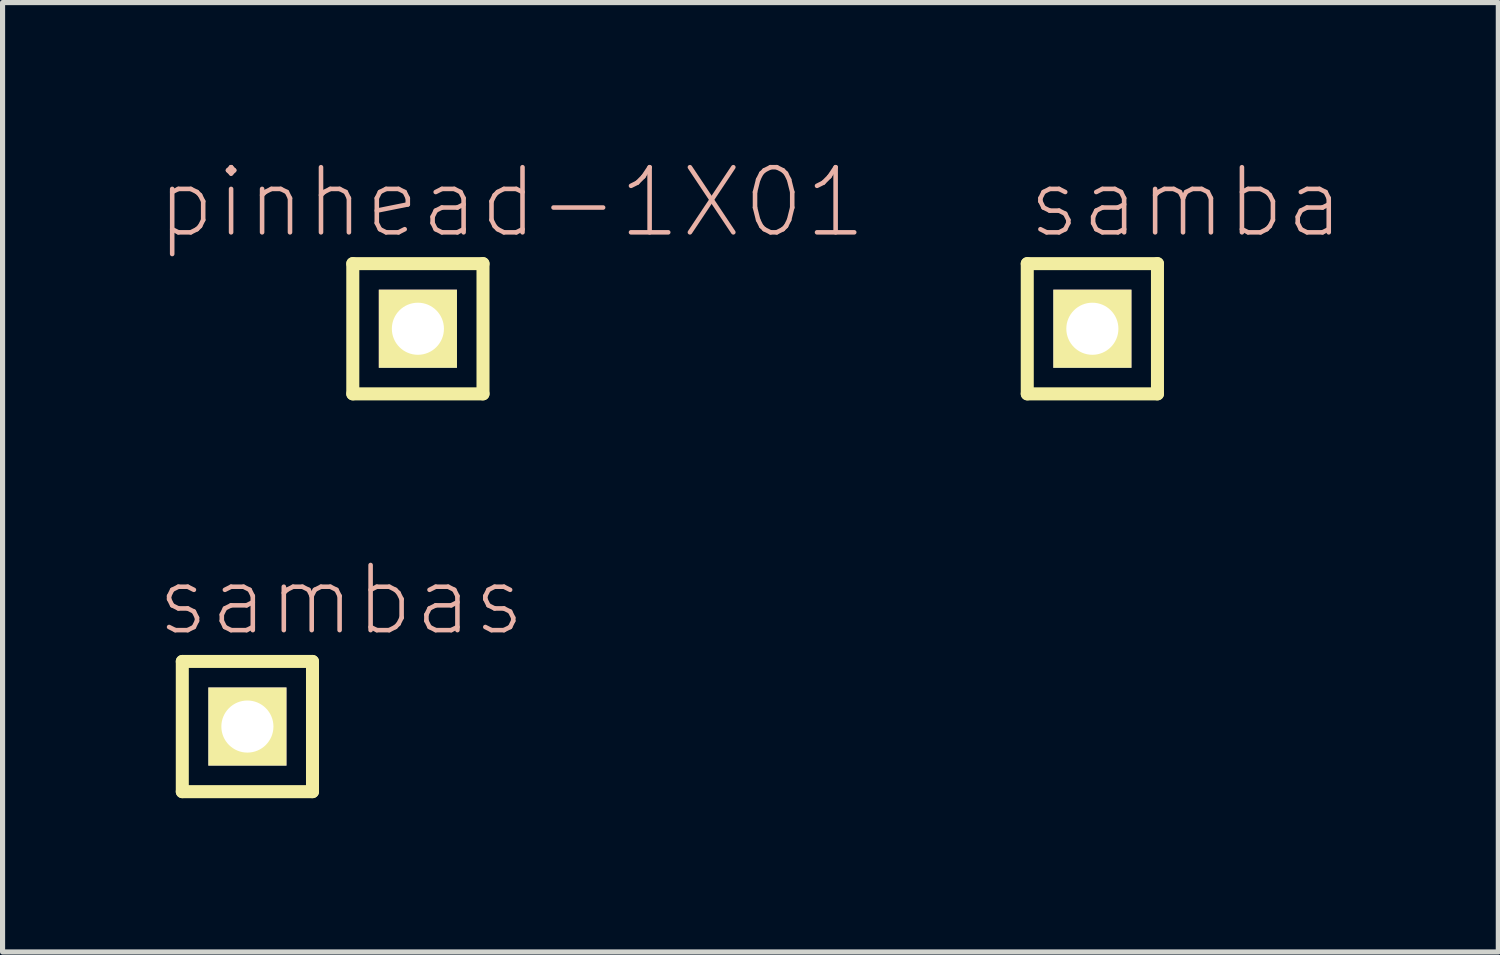
<source format=kicad_pcb>
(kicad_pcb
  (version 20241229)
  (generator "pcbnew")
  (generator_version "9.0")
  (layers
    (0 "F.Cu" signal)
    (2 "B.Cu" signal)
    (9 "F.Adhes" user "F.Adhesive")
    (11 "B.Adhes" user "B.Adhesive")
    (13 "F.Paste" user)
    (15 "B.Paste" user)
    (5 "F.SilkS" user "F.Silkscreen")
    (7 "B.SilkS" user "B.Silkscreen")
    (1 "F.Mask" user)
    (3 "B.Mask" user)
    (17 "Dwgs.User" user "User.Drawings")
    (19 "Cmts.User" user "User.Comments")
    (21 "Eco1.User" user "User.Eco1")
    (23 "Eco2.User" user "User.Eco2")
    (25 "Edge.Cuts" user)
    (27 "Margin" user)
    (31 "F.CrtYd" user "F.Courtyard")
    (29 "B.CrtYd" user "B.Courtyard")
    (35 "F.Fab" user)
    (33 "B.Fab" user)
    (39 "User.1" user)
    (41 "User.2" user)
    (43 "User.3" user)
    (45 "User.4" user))
  (footprint "samba"
    (layer "F.Cu")
    (at 18.259 3.363)
    (property "Reference" "samba" (at 1.829 -2.464 0) (layer "B.SilkS") (effects (font (size 1.27 1.27) (thickness 0.089))))
    (attr exclude_from_pos_files exclude_from_bom)
    (fp_line (start -1.27 -1.27) (end -1.27 1.27) (stroke (width 0.254) (type solid)) (layer "F.SilkS"))
    (fp_line (start -1.27 -1.27) (end 1.27 -1.27) (stroke (width 0.254) (type solid)) (layer "F.SilkS"))
    (fp_line (start -0.254 -0.254) (end 0.254 -0.254) (stroke (width 0.066) (type solid)) (layer "F.SilkS"))
    (fp_line (start -0.254 0.254) (end -0.254 -0.254) (stroke (width 0.066) (type solid)) (layer "F.SilkS"))
    (fp_line (start -0.254 0.254) (end 0.254 0.254) (stroke (width 0.066) (type solid)) (layer "F.SilkS"))
    (fp_line (start 0.254 0.254) (end 0.254 -0.254) (stroke (width 0.066) (type solid)) (layer "F.SilkS"))
    (fp_line (start 1.27 -1.27) (end 1.27 1.27) (stroke (width 0.254) (type solid)) (layer "F.SilkS"))
    (fp_line (start 1.27 1.27) (end -1.27 1.27) (stroke (width 0.254) (type solid)) (layer "F.SilkS"))
    (pad "1" thru_hole rect (at 0 0) (size 0.001 0.001) (drill 1.016) (layers "*.Cu" "F.Mask" "F.SilkS" "F.Paste"))
    (pad "4" thru_hole rect (at 0 0) (size 1.524 1.524) (drill 1.016) (layers "*.Cu" "*.Mask" "F.SilkS")))
  (footprint "pinhead-1X01"
    (layer "F.Cu")
    (at 5.102 3.363)
    (property "Reference" "pinhead-1X01" (at 1.829 -2.464 0) (layer "B.SilkS") (effects (font (size 1.27 1.27) (thickness 0.089))))
    (attr exclude_from_pos_files exclude_from_bom)
    (fp_line (start -1.27 -1.27) (end -1.27 1.27) (stroke (width 0.254) (type solid)) (layer "F.SilkS"))
    (fp_line (start -1.27 -1.27) (end 1.27 -1.27) (stroke (width 0.254) (type solid)) (layer "F.SilkS"))
    (fp_line (start -0.254 -0.254) (end 0.254 -0.254) (stroke (width 0.066) (type solid)) (layer "F.SilkS"))
    (fp_line (start -0.254 0.254) (end -0.254 -0.254) (stroke (width 0.066) (type solid)) (layer "F.SilkS"))
    (fp_line (start -0.254 0.254) (end 0.254 0.254) (stroke (width 0.066) (type solid)) (layer "F.SilkS"))
    (fp_line (start 0.254 0.254) (end 0.254 -0.254) (stroke (width 0.066) (type solid)) (layer "F.SilkS"))
    (fp_line (start 1.27 -1.27) (end 1.27 1.27) (stroke (width 0.254) (type solid)) (layer "F.SilkS"))
    (fp_line (start 1.27 1.27) (end -1.27 1.27) (stroke (width 0.254) (type solid)) (layer "F.SilkS"))
    (pad "1" thru_hole rect (at 0 0) (size 0.001 0.001) (drill 1.016) (layers "*.Cu" "F.Mask" "F.SilkS" "F.Paste"))
    (pad "3" thru_hole rect (at 0 0) (size 1.524 1.524) (drill 1.016) (layers "*.Cu" "*.Mask" "F.SilkS")))
  (footprint "sambas"
    (layer "F.Cu")
    (at 1.776 11.123)
    (property "Reference" "sambas" (at 1.829 -2.464 0) (layer "B.SilkS") (effects (font (size 1.27 1.27) (thickness 0.089))))
    (attr exclude_from_pos_files exclude_from_bom)
    (fp_line (start -1.27 -1.27) (end -1.27 1.27) (stroke (width 0.254) (type solid)) (layer "F.SilkS"))
    (fp_line (start -1.27 -1.27) (end 1.27 -1.27) (stroke (width 0.254) (type solid)) (layer "F.SilkS"))
    (fp_line (start -0.254 -0.254) (end 0.254 -0.254) (stroke (width 0.066) (type solid)) (layer "F.SilkS"))
    (fp_line (start -0.254 0.254) (end -0.254 -0.254) (stroke (width 0.066) (type solid)) (layer "F.SilkS"))
    (fp_line (start -0.254 0.254) (end 0.254 0.254) (stroke (width 0.066) (type solid)) (layer "F.SilkS"))
    (fp_line (start 0.254 0.254) (end 0.254 -0.254) (stroke (width 0.066) (type solid)) (layer "F.SilkS"))
    (fp_line (start 1.27 -1.27) (end 1.27 1.27) (stroke (width 0.254) (type solid)) (layer "F.SilkS"))
    (fp_line (start 1.27 1.27) (end -1.27 1.27) (stroke (width 0.254) (type solid)) (layer "F.SilkS"))
    (pad "1" thru_hole rect (at 0 0) (size 0.001 0.001) (drill 1.016) (layers "*.Cu" "F.Mask" "F.SilkS" "F.Paste"))
    (pad "2" thru_hole rect (at 0 0) (size 1.524 1.524) (drill 1.016) (layers "*.Cu" "*.Mask" "F.SilkS")))
  (gr_rect
    (start -3 -3)
    (end 26.178 15.52)
    (stroke (width 0.1) (type default))
    (fill no)
    (layer "Edge.Cuts")))
</source>
